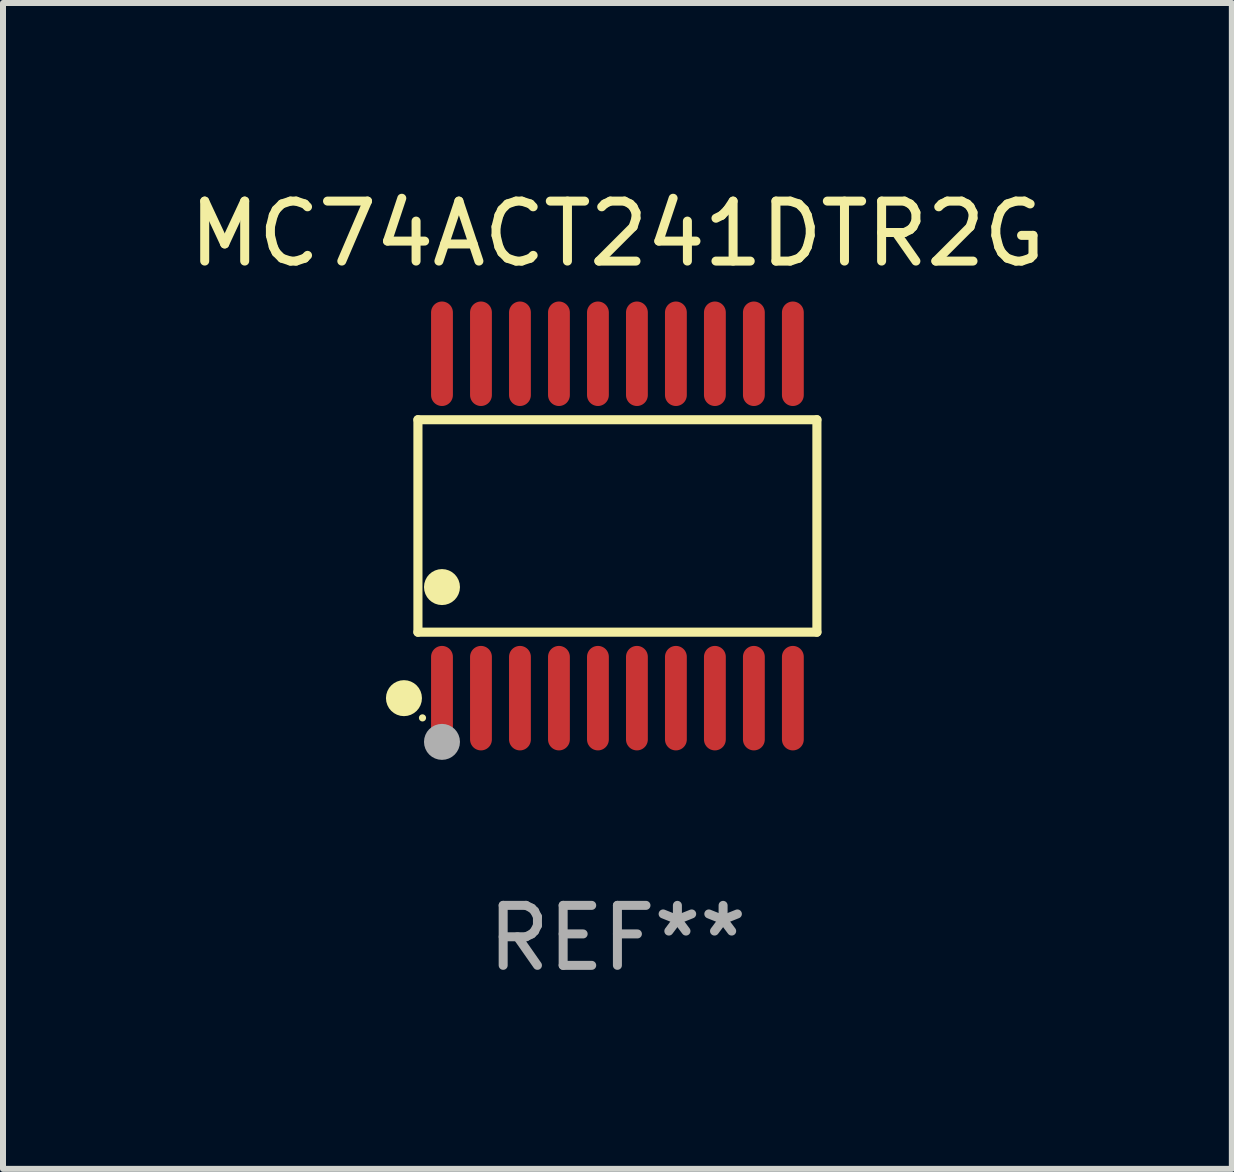
<source format=kicad_pcb>
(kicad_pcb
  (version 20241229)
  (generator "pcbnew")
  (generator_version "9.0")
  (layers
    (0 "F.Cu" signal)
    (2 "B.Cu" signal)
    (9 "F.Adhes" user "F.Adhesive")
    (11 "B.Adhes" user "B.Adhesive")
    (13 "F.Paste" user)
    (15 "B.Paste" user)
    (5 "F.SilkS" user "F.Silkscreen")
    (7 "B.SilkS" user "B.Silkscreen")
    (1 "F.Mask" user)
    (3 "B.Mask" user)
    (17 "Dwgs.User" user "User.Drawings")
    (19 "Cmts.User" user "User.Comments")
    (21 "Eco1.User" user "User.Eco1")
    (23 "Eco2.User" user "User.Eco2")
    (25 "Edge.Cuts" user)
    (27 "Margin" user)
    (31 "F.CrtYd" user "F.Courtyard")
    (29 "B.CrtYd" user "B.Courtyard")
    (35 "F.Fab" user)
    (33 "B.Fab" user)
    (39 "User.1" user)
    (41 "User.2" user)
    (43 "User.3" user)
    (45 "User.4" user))
  (footprint "MC74ACT241DTR2G"
    (layer "F.Cu")
    (at 7.244 5.719)
    (property "Reference" "MC74ACT241DTR2G" (at 0 -4.871 0) (layer "F.SilkS") (effects (font (size 1 1) (thickness 0.15))))
    (attr through_hole)
    (fp_line (start -3.326 -1.771) (end 3.326 -1.771) (stroke (width 0.152) (type solid)) (layer "F.SilkS"))
    (fp_line (start -3.326 1.771) (end -3.326 -1.771) (stroke (width 0.152) (type solid)) (layer "F.SilkS"))
    (fp_line (start 3.326 -1.771) (end 3.326 1.771) (stroke (width 0.152) (type solid)) (layer "F.SilkS"))
    (fp_line (start 3.326 1.771) (end -3.326 1.771) (stroke (width 0.152) (type solid)) (layer "F.SilkS"))
    (fp_circle (center -3.559 2.871) (end -3.409 2.871) (stroke (width 0.3) (type solid)) (fill no) (layer "F.SilkS"))
    (fp_circle (center -3.25 3.2) (end -3.22 3.2) (stroke (width 0.06) (type solid)) (fill no) (layer "F.SilkS"))
    (fp_circle (center -2.925 1.019) (end -2.775 1.019) (stroke (width 0.3) (type solid)) (fill no) (layer "F.SilkS"))
    (fp_circle (center -2.925 3.6) (end -2.775 3.6) (stroke (width 0.3) (type solid)) (fill no) (layer "F.Fab"))
    (fp_text user "REF**" (at 0 6.871 0) (layer "F.Fab") (effects (font (size 1 1) (thickness 0.15))))
    (pad "1" smd oval (at -2.925 2.871) (size 0.364 1.742) (layers "F.Cu" "F.Mask" "F.Paste"))
    (pad "2" smd oval (at -2.275 2.871) (size 0.364 1.742) (layers "F.Cu" "F.Mask" "F.Paste"))
    (pad "3" smd oval (at -1.625 2.871) (size 0.364 1.742) (layers "F.Cu" "F.Mask" "F.Paste"))
    (pad "4" smd oval (at -0.975 2.871) (size 0.364 1.742) (layers "F.Cu" "F.Mask" "F.Paste"))
    (pad "5" smd oval (at -0.325 2.871) (size 0.364 1.742) (layers "F.Cu" "F.Mask" "F.Paste"))
    (pad "6" smd oval (at 0.325 2.871) (size 0.364 1.742) (layers "F.Cu" "F.Mask" "F.Paste"))
    (pad "7" smd oval (at 0.975 2.871) (size 0.364 1.742) (layers "F.Cu" "F.Mask" "F.Paste"))
    (pad "8" smd oval (at 1.625 2.871) (size 0.364 1.742) (layers "F.Cu" "F.Mask" "F.Paste"))
    (pad "9" smd oval (at 2.275 2.871) (size 0.364 1.742) (layers "F.Cu" "F.Mask" "F.Paste"))
    (pad "10" smd oval (at 2.925 2.871) (size 0.364 1.742) (layers "F.Cu" "F.Mask" "F.Paste"))
    (pad "11" smd oval (at 2.925 -2.871) (size 0.364 1.742) (layers "F.Cu" "F.Mask" "F.Paste"))
    (pad "12" smd oval (at 2.275 -2.871) (size 0.364 1.742) (layers "F.Cu" "F.Mask" "F.Paste"))
    (pad "13" smd oval (at 1.625 -2.871) (size 0.364 1.742) (layers "F.Cu" "F.Mask" "F.Paste"))
    (pad "14" smd oval (at 0.975 -2.871) (size 0.364 1.742) (layers "F.Cu" "F.Mask" "F.Paste"))
    (pad "15" smd oval (at 0.325 -2.871) (size 0.364 1.742) (layers "F.Cu" "F.Mask" "F.Paste"))
    (pad "16" smd oval (at -0.325 -2.871) (size 0.364 1.742) (layers "F.Cu" "F.Mask" "F.Paste"))
    (pad "17" smd oval (at -0.975 -2.871) (size 0.364 1.742) (layers "F.Cu" "F.Mask" "F.Paste"))
    (pad "18" smd oval (at -1.625 -2.871) (size 0.364 1.742) (layers "F.Cu" "F.Mask" "F.Paste"))
    (pad "19" smd oval (at -2.275 -2.871) (size 0.364 1.742) (layers "F.Cu" "F.Mask" "F.Paste"))
    (pad "20" smd oval (at -2.925 -2.871) (size 0.364 1.742) (layers "F.Cu" "F.Mask" "F.Paste")))
  (gr_rect
    (start -3 -3)
    (end 17.488 16.438)
    (stroke (width 0.1) (type default))
    (fill no)
    (layer "Edge.Cuts")))
</source>
